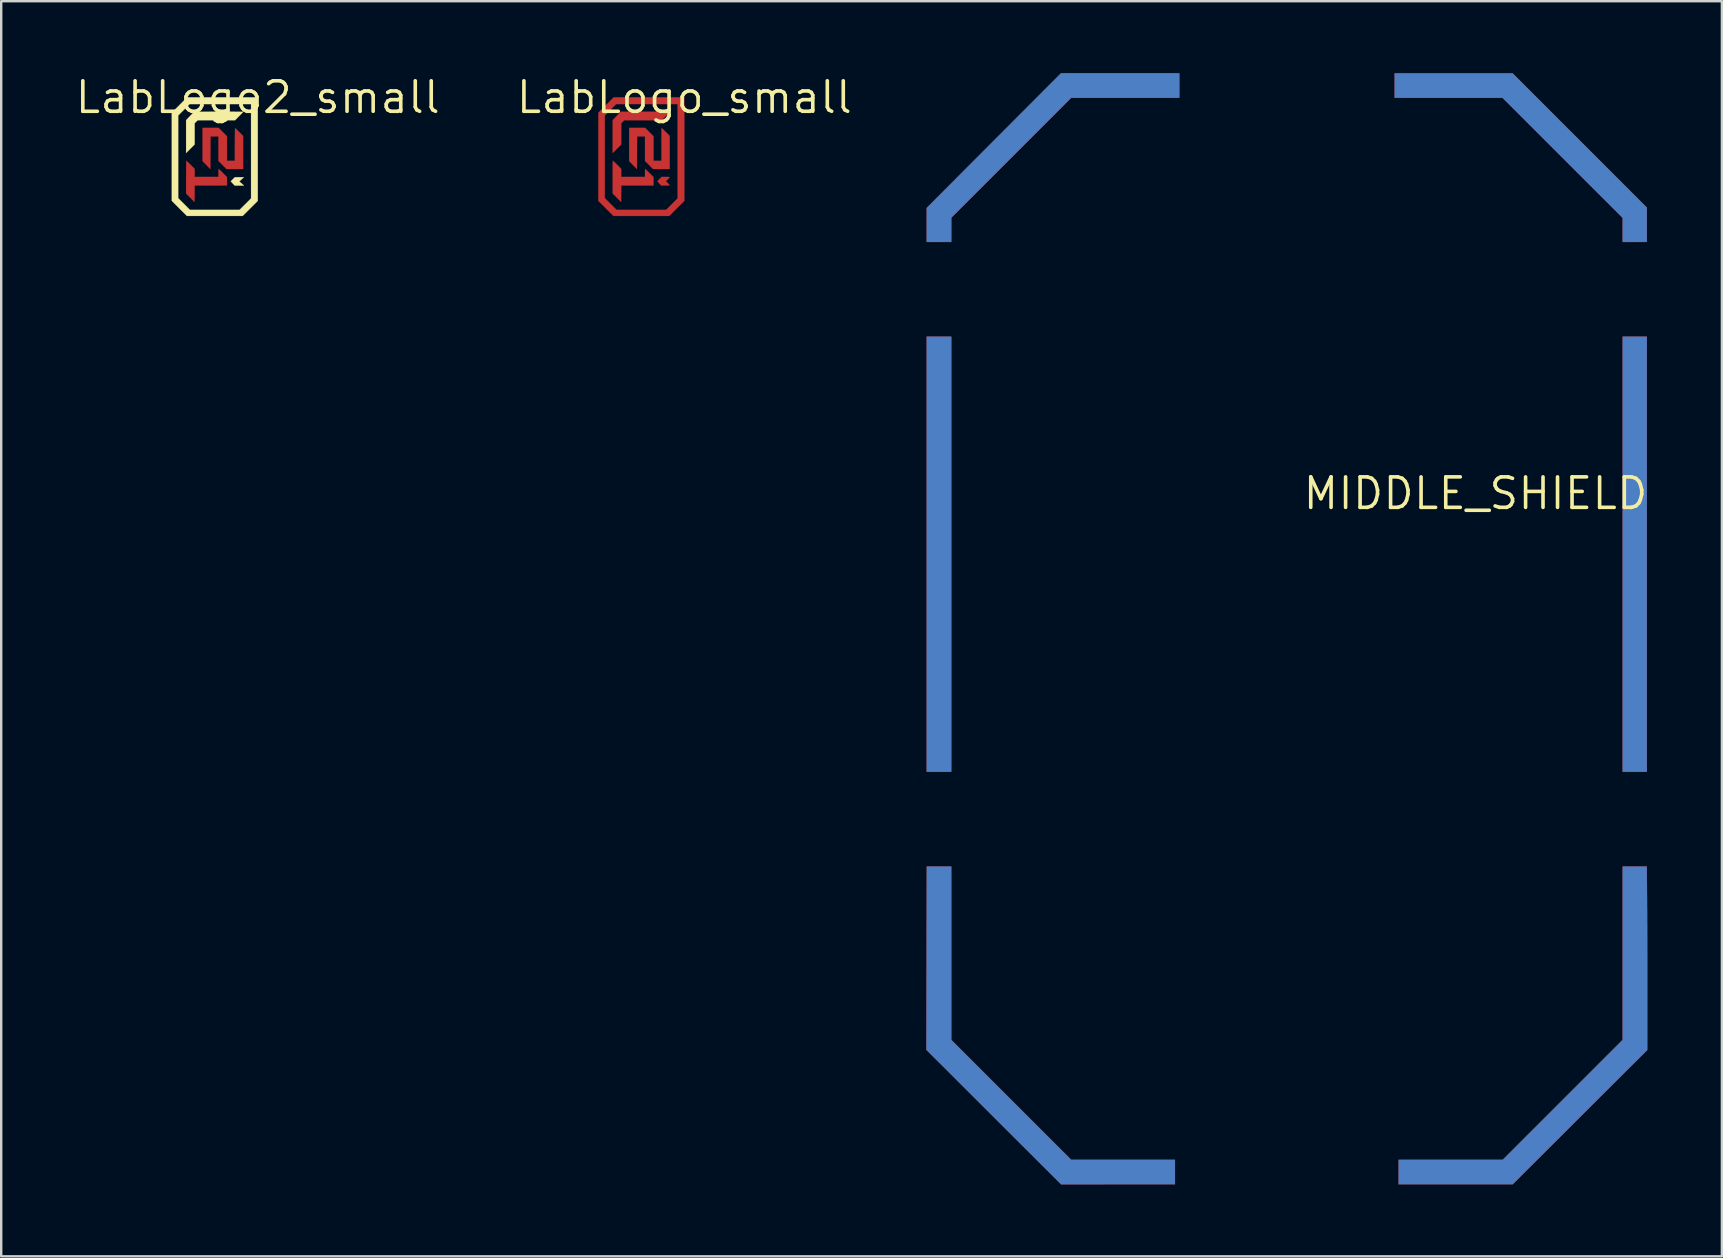
<source format=kicad_pcb>
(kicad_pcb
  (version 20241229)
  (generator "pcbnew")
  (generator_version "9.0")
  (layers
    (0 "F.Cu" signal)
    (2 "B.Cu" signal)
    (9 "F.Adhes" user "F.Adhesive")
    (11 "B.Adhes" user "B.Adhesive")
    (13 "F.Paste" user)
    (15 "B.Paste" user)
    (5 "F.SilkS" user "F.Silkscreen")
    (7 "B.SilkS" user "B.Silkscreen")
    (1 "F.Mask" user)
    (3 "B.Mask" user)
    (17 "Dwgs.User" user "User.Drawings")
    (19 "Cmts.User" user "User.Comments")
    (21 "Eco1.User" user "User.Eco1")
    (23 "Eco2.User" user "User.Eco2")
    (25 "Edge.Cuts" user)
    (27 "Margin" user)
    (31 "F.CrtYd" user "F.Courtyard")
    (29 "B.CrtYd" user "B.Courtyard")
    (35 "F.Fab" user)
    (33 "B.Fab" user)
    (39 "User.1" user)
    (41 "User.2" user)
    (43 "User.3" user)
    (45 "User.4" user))
  (footprint "LabLogo_small"
    (layer "F.Cu")
    (at 25.459 1.006)
    (property "Reference" "LabLogo_small" (at 0 0 0) (layer "F.SilkS") (effects (font (size 1.27 1.27) (thickness 0.15))))
    (attr through_hole)
    (fp_poly (pts (xy 0 4.312) (xy -0.314 4.626) (xy -0.629 4.94) (xy -2.953 4.94) (xy -3.267 4.626) (xy -3.581 4.311) (xy -3.581 2.476) (xy -3.581 0.755) (xy -3.315 0.755) (xy -3.315 4.197) (xy -3.07 4.442) (xy -2.826 4.686) (xy -0.756 4.686) (xy -0.518 4.448) (xy -0.279 4.21) (xy -0.279 0.279) (xy -2.838 0.279) (xy -3.076 0.517) (xy -3.315 0.755) (xy -3.581 0.755) (xy -3.581 0.641) (xy -2.942 0) (xy 0 0) (xy 0 4.312)) (stroke (width 0.01) (type solid)) (fill yes) (layer "F.Cu"))
    (fp_poly (pts (xy -1.47 0.597) (xy -1.319 0.598) (xy -1.178 0.598) (xy -1.048 0.599) (xy -0.931 0.6) (xy -0.829 0.601) (xy -0.745 0.602) (xy -0.679 0.603) (xy -0.634 0.605) (xy -0.612 0.606) (xy -0.61 0.607) (xy -0.618 0.618) (xy -0.642 0.645) (xy -0.678 0.683) (xy -0.724 0.73) (xy -0.777 0.784) (xy -0.778 0.784) (xy -0.946 0.953) (xy -2.499 0.953) (xy -2.564 1.013) (xy -2.629 1.074) (xy -2.629 1.962) (xy -2.807 2.14) (xy -2.985 2.317) (xy -2.985 0.95) (xy -2.648 0.598) (xy -1.629 0.597) (xy -1.47 0.597)) (stroke (width 0.01) (type solid)) (fill yes) (layer "F.Cu"))
    (fp_poly (pts (xy -1.283 1.62) (xy -1.283 2.642) (xy -0.953 2.642) (xy -0.953 1.962) (xy -0.952 1.833) (xy -0.952 1.713) (xy -0.951 1.602) (xy -0.95 1.504) (xy -0.949 1.422) (xy -0.947 1.356) (xy -0.946 1.31) (xy -0.944 1.286) (xy -0.943 1.283) (xy -0.931 1.291) (xy -0.905 1.315) (xy -0.866 1.351) (xy -0.82 1.397) (xy -0.771 1.445) (xy -0.61 1.607) (xy -0.61 2.985) (xy -1.301 2.985) (xy -1.638 2.648) (xy -1.638 1.626) (xy -1.968 1.626) (xy -1.972 2.306) (xy -1.975 2.987) (xy -2.137 2.821) (xy -2.299 2.655) (xy -2.299 1.27) (xy -1.632 1.27) (xy -1.283 1.62)) (stroke (width 0.01) (type solid)) (fill yes) (layer "F.Cu"))
    (fp_poly (pts (xy -0.716 3.315) (xy -0.664 3.317) (xy -0.627 3.32) (xy -0.61 3.323) (xy -0.61 3.324) (xy -0.618 3.336) (xy -0.64 3.362) (xy -0.673 3.396) (xy -0.689 3.413) (xy -0.768 3.493) (xy -0.689 3.572) (xy -0.653 3.609) (xy -0.626 3.639) (xy -0.611 3.658) (xy -0.61 3.661) (xy -0.622 3.664) (xy -0.654 3.667) (xy -0.703 3.669) (xy -0.764 3.67) (xy -0.785 3.67) (xy -0.96 3.67) (xy -1.039 3.591) (xy -1.074 3.554) (xy -1.101 3.522) (xy -1.116 3.502) (xy -1.118 3.498) (xy -1.109 3.484) (xy -1.086 3.457) (xy -1.053 3.422) (xy -1.032 3.4) (xy -0.946 3.315) (xy -0.778 3.315) (xy -0.716 3.315)) (stroke (width 0.01) (type solid)) (fill yes) (layer "F.Cu"))
    (fp_poly (pts (xy -2.964 2.65) (xy -2.937 2.674) (xy -2.899 2.71) (xy -2.851 2.756) (xy -2.798 2.809) (xy -2.797 2.81) (xy -2.629 2.978) (xy -2.629 3.315) (xy -1.638 3.315) (xy -1.638 3.15) (xy -1.638 3.088) (xy -1.636 3.037) (xy -1.633 3.001) (xy -1.629 2.985) (xy -1.629 2.985) (xy -1.617 2.993) (xy -1.591 3.017) (xy -1.552 3.053) (xy -1.505 3.099) (xy -1.452 3.152) (xy -1.451 3.153) (xy -1.283 3.321) (xy -1.283 3.67) (xy -2.628 3.67) (xy -2.632 4.013) (xy -2.635 4.356) (xy -2.985 4.007) (xy -2.985 3.324) (xy -2.984 3.195) (xy -2.984 3.074) (xy -2.983 2.963) (xy -2.982 2.865) (xy -2.981 2.782) (xy -2.979 2.716) (xy -2.978 2.669) (xy -2.976 2.645) (xy -2.975 2.642) (xy -2.964 2.65)) (stroke (width 0.01) (type solid)) (fill yes) (layer "F.Cu"))
    (fp_poly (pts (xy 0 4.312) (xy -0.314 4.626) (xy -0.629 4.94) (xy -2.953 4.94) (xy -3.267 4.626) (xy -3.581 4.311) (xy -3.581 2.476) (xy -3.581 0.755) (xy -3.315 0.755) (xy -3.315 4.197) (xy -3.07 4.442) (xy -2.826 4.686) (xy -0.756 4.686) (xy -0.518 4.448) (xy -0.279 4.21) (xy -0.279 0.279) (xy -2.838 0.279) (xy -3.076 0.517) (xy -3.315 0.755) (xy -3.581 0.755) (xy -3.581 0.641) (xy -2.942 0) (xy 0 0) (xy 0 4.312)) (stroke (width 0.01) (type solid)) (fill yes) (layer "F.Mask"))
    (fp_poly (pts (xy -1.47 0.597) (xy -1.319 0.598) (xy -1.178 0.598) (xy -1.048 0.599) (xy -0.931 0.6) (xy -0.829 0.601) (xy -0.745 0.602) (xy -0.679 0.603) (xy -0.634 0.605) (xy -0.612 0.606) (xy -0.61 0.607) (xy -0.618 0.618) (xy -0.642 0.645) (xy -0.678 0.683) (xy -0.724 0.73) (xy -0.777 0.784) (xy -0.778 0.784) (xy -0.946 0.953) (xy -2.499 0.953) (xy -2.564 1.013) (xy -2.629 1.074) (xy -2.629 1.962) (xy -2.807 2.14) (xy -2.985 2.317) (xy -2.985 0.95) (xy -2.648 0.598) (xy -1.629 0.597) (xy -1.47 0.597)) (stroke (width 0.01) (type solid)) (fill yes) (layer "F.Mask"))
    (fp_poly (pts (xy -1.283 1.62) (xy -1.283 2.642) (xy -0.953 2.642) (xy -0.953 1.962) (xy -0.952 1.833) (xy -0.952 1.713) (xy -0.951 1.602) (xy -0.95 1.504) (xy -0.949 1.422) (xy -0.947 1.356) (xy -0.946 1.31) (xy -0.944 1.286) (xy -0.943 1.283) (xy -0.931 1.291) (xy -0.905 1.315) (xy -0.866 1.351) (xy -0.82 1.397) (xy -0.771 1.445) (xy -0.61 1.607) (xy -0.61 2.985) (xy -1.301 2.985) (xy -1.638 2.648) (xy -1.638 1.626) (xy -1.968 1.626) (xy -1.972 2.306) (xy -1.975 2.987) (xy -2.137 2.821) (xy -2.299 2.655) (xy -2.299 1.27) (xy -1.632 1.27) (xy -1.283 1.62)) (stroke (width 0.01) (type solid)) (fill yes) (layer "F.Mask"))
    (fp_poly (pts (xy -0.716 3.315) (xy -0.664 3.317) (xy -0.627 3.32) (xy -0.61 3.323) (xy -0.61 3.324) (xy -0.618 3.336) (xy -0.64 3.362) (xy -0.673 3.396) (xy -0.689 3.413) (xy -0.768 3.493) (xy -0.689 3.572) (xy -0.653 3.609) (xy -0.626 3.639) (xy -0.611 3.658) (xy -0.61 3.661) (xy -0.622 3.664) (xy -0.654 3.667) (xy -0.703 3.669) (xy -0.764 3.67) (xy -0.785 3.67) (xy -0.96 3.67) (xy -1.039 3.591) (xy -1.074 3.554) (xy -1.101 3.522) (xy -1.116 3.502) (xy -1.118 3.498) (xy -1.109 3.484) (xy -1.086 3.457) (xy -1.053 3.422) (xy -1.032 3.4) (xy -0.946 3.315) (xy -0.778 3.315) (xy -0.716 3.315)) (stroke (width 0.01) (type solid)) (fill yes) (layer "F.Mask"))
    (fp_poly (pts (xy -2.964 2.65) (xy -2.937 2.674) (xy -2.899 2.71) (xy -2.851 2.756) (xy -2.798 2.809) (xy -2.797 2.81) (xy -2.629 2.978) (xy -2.629 3.315) (xy -1.638 3.315) (xy -1.638 3.15) (xy -1.638 3.088) (xy -1.636 3.037) (xy -1.633 3.001) (xy -1.629 2.985) (xy -1.629 2.985) (xy -1.617 2.993) (xy -1.591 3.017) (xy -1.552 3.053) (xy -1.505 3.099) (xy -1.452 3.152) (xy -1.451 3.153) (xy -1.283 3.321) (xy -1.283 3.67) (xy -2.628 3.67) (xy -2.632 4.013) (xy -2.635 4.356) (xy -2.985 4.007) (xy -2.985 3.324) (xy -2.984 3.195) (xy -2.984 3.074) (xy -2.983 2.963) (xy -2.982 2.865) (xy -2.981 2.782) (xy -2.979 2.716) (xy -2.978 2.669) (xy -2.976 2.645) (xy -2.975 2.642) (xy -2.964 2.65)) (stroke (width 0.01) (type solid)) (fill yes) (layer "F.Mask")))
  (footprint "LabLogo2_small"
    (layer "F.Cu")
    (at 7.688 1.006)
    (property "Reference" "LabLogo2_small" (at 0 0 0) (layer "F.SilkS") (effects (font (size 1.27 1.27) (thickness 0.15))))
    (attr through_hole)
    (fp_poly (pts (xy -1.283 1.62) (xy -1.283 2.642) (xy -0.953 2.642) (xy -0.953 1.962) (xy -0.952 1.833) (xy -0.952 1.713) (xy -0.951 1.602) (xy -0.95 1.504) (xy -0.949 1.422) (xy -0.947 1.356) (xy -0.946 1.31) (xy -0.944 1.286) (xy -0.943 1.283) (xy -0.931 1.291) (xy -0.905 1.315) (xy -0.866 1.351) (xy -0.82 1.397) (xy -0.771 1.445) (xy -0.61 1.607) (xy -0.61 2.985) (xy -1.301 2.985) (xy -1.638 2.648) (xy -1.638 1.626) (xy -1.968 1.626) (xy -1.972 2.306) (xy -1.975 2.987) (xy -2.137 2.821) (xy -2.299 2.655) (xy -2.299 1.27) (xy -1.632 1.27) (xy -1.283 1.62)) (stroke (width 0.01) (type solid)) (fill yes) (layer "F.Cu"))
    (fp_poly (pts (xy -2.964 2.65) (xy -2.937 2.674) (xy -2.899 2.71) (xy -2.851 2.756) (xy -2.798 2.809) (xy -2.797 2.81) (xy -2.629 2.978) (xy -2.629 3.315) (xy -1.638 3.315) (xy -1.638 3.15) (xy -1.638 3.088) (xy -1.636 3.037) (xy -1.633 3.001) (xy -1.629 2.985) (xy -1.629 2.985) (xy -1.617 2.993) (xy -1.591 3.017) (xy -1.552 3.053) (xy -1.505 3.099) (xy -1.452 3.152) (xy -1.451 3.153) (xy -1.283 3.321) (xy -1.283 3.67) (xy -2.628 3.67) (xy -2.632 4.013) (xy -2.635 4.356) (xy -2.985 4.007) (xy -2.985 3.324) (xy -2.984 3.195) (xy -2.984 3.074) (xy -2.983 2.963) (xy -2.982 2.865) (xy -2.981 2.782) (xy -2.979 2.716) (xy -2.978 2.669) (xy -2.976 2.645) (xy -2.975 2.642) (xy -2.964 2.65)) (stroke (width 0.01) (type solid)) (fill yes) (layer "F.Cu"))
    (fp_poly (pts (xy -1.283 1.62) (xy -1.283 2.642) (xy -0.953 2.642) (xy -0.953 1.962) (xy -0.952 1.833) (xy -0.952 1.713) (xy -0.951 1.602) (xy -0.95 1.504) (xy -0.949 1.422) (xy -0.947 1.356) (xy -0.946 1.31) (xy -0.944 1.286) (xy -0.943 1.283) (xy -0.931 1.291) (xy -0.905 1.315) (xy -0.866 1.351) (xy -0.82 1.397) (xy -0.771 1.445) (xy -0.61 1.607) (xy -0.61 2.985) (xy -1.301 2.985) (xy -1.638 2.648) (xy -1.638 1.626) (xy -1.968 1.626) (xy -1.972 2.306) (xy -1.975 2.987) (xy -2.137 2.821) (xy -2.299 2.655) (xy -2.299 1.27) (xy -1.632 1.27) (xy -1.283 1.62)) (stroke (width 0.01) (type solid)) (fill yes) (layer "F.Mask"))
    (fp_poly (pts (xy -2.964 2.65) (xy -2.937 2.674) (xy -2.899 2.71) (xy -2.851 2.756) (xy -2.798 2.809) (xy -2.797 2.81) (xy -2.629 2.978) (xy -2.629 3.315) (xy -1.638 3.315) (xy -1.638 3.15) (xy -1.638 3.088) (xy -1.636 3.037) (xy -1.633 3.001) (xy -1.629 2.985) (xy -1.629 2.985) (xy -1.617 2.993) (xy -1.591 3.017) (xy -1.552 3.053) (xy -1.505 3.099) (xy -1.452 3.152) (xy -1.451 3.153) (xy -1.283 3.321) (xy -1.283 3.67) (xy -2.628 3.67) (xy -2.632 4.013) (xy -2.635 4.356) (xy -2.985 4.007) (xy -2.985 3.324) (xy -2.984 3.195) (xy -2.984 3.074) (xy -2.983 2.963) (xy -2.982 2.865) (xy -2.981 2.782) (xy -2.979 2.716) (xy -2.978 2.669) (xy -2.976 2.645) (xy -2.975 2.642) (xy -2.964 2.65)) (stroke (width 0.01) (type solid)) (fill yes) (layer "F.Mask"))
    (fp_poly (pts (xy -0.575 3.325) (xy -0.768 3.5) (xy -0.575 3.675) (xy -0.96 3.675) (xy -1.125 3.498) (xy -0.95 3.325)) (stroke (width 0.01) (type solid)) (fill yes) (layer "F.SilkS"))
    (fp_poly (pts (xy 0 4.312) (xy -0.314 4.626) (xy -0.629 4.94) (xy -2.953 4.94) (xy -3.267 4.626) (xy -3.581 4.311) (xy -3.581 2.476) (xy -3.581 0.755) (xy -3.315 0.755) (xy -3.315 4.197) (xy -3.07 4.442) (xy -2.826 4.686) (xy -0.756 4.686) (xy -0.518 4.448) (xy -0.279 4.21) (xy -0.279 0.279) (xy -2.838 0.279) (xy -3.076 0.517) (xy -3.315 0.755) (xy -3.581 0.755) (xy -3.581 0.641) (xy -2.942 0) (xy 0 0) (xy 0 4.312)) (stroke (width 0.01) (type solid)) (fill yes) (layer "F.SilkS"))
    (fp_poly (pts (xy -1.47 0.597) (xy -1.319 0.598) (xy -1.178 0.598) (xy -1.048 0.599) (xy -0.931 0.6) (xy -0.829 0.601) (xy -0.745 0.602) (xy -0.679 0.603) (xy -0.634 0.605) (xy -0.612 0.606) (xy -0.61 0.607) (xy -0.618 0.618) (xy -0.642 0.645) (xy -0.678 0.683) (xy -0.724 0.73) (xy -0.777 0.784) (xy -0.778 0.784) (xy -0.946 0.953) (xy -2.499 0.953) (xy -2.564 1.013) (xy -2.629 1.074) (xy -2.629 1.962) (xy -2.807 2.14) (xy -2.985 2.317) (xy -2.985 0.95) (xy -2.648 0.598) (xy -1.629 0.597) (xy -1.47 0.597)) (stroke (width 0.01) (type solid)) (fill yes) (layer "F.SilkS")))
  (footprint "MIDDLE_SHIELD"
    (layer "F.Cu")
    (at 58.42 17.507)
    (property "Reference" "MIDDLE_SHIELD" (at 0 0 0) (layer "F.SilkS") (effects (font (size 1.27 1.27) (thickness 0.15))))
    (attr through_hole)
    (fp_poly (pts (xy -21.844 11.595) (xy -22.86 11.595) (xy -22.86 -6.528) (xy -21.844 -6.528) (xy -21.844 11.595)) (stroke (width 0.01) (type solid)) (fill yes) (layer "F.Cu"))
    (fp_poly (pts (xy 7.137 11.595) (xy 6.134 11.595) (xy 6.134 -6.528) (xy 7.137 -6.528) (xy 7.137 11.595)) (stroke (width 0.01) (type solid)) (fill yes) (layer "F.Cu"))
    (fp_poly (pts (xy 4.34 -14.703) (xy 7.137 -11.906) (xy 7.137 -10.477) (xy 6.134 -10.477) (xy 6.134 -11.479) (xy 1.126 -16.485) (xy -3.365 -16.485) (xy -3.365 -17.501) (xy 1.543 -17.501) (xy 4.34 -14.703)) (stroke (width 0.01) (type solid)) (fill yes) (layer "F.Cu"))
    (fp_poly (pts (xy -21.844 22.765) (xy -16.847 27.762) (xy -12.522 27.762) (xy -12.522 28.778) (xy -14.894 28.778) (xy -17.266 28.777) (xy -22.873 23.179) (xy -22.865 19.362) (xy -22.856 15.545) (xy -21.844 15.545) (xy -21.844 22.765)) (stroke (width 0.01) (type solid)) (fill yes) (layer "F.Cu"))
    (fp_poly (pts (xy -12.344 -17.501) (xy -12.344 -16.485) (xy -16.847 -16.485) (xy -19.345 -13.986) (xy -21.844 -11.487) (xy -21.844 -10.477) (xy -22.86 -10.477) (xy -22.86 -11.186) (xy -22.859 -11.894) (xy -20.063 -14.698) (xy -17.266 -17.502) (xy -12.344 -17.501)) (stroke (width 0.01) (type solid)) (fill yes) (layer "F.Cu"))
    (fp_poly (pts (xy 7.142 16.404) (xy 7.142 16.499) (xy 7.143 16.618) (xy 7.144 16.759) (xy 7.145 16.921) (xy 7.145 17.102) (xy 7.146 17.3) (xy 7.147 17.514) (xy 7.147 17.742) (xy 7.148 17.984) (xy 7.148 18.236) (xy 7.149 18.497) (xy 7.149 18.767) (xy 7.149 19.043) (xy 7.15 19.324) (xy 7.15 19.608) (xy 7.15 19.894) (xy 7.15 20.179) (xy 7.15 20.226) (xy 7.15 23.188) (xy 4.347 25.983) (xy 1.545 28.778) (xy -3.2 28.778) (xy -3.2 27.762) (xy 1.137 27.762) (xy 3.635 25.263) (xy 6.134 22.765) (xy 6.134 15.545) (xy 7.133 15.545) (xy 7.142 16.404)) (stroke (width 0.01) (type solid)) (fill yes) (layer "F.Cu"))
    (fp_poly (pts (xy -21.844 11.595) (xy -22.86 11.595) (xy -22.86 -6.528) (xy -21.844 -6.528) (xy -21.844 11.595)) (stroke (width 0.01) (type solid)) (fill yes) (layer "F.Mask"))
    (fp_poly (pts (xy 7.137 11.595) (xy 6.134 11.595) (xy 6.134 -6.528) (xy 7.137 -6.528) (xy 7.137 11.595)) (stroke (width 0.01) (type solid)) (fill yes) (layer "F.Mask"))
    (fp_poly (pts (xy 4.34 -14.703) (xy 7.137 -11.906) (xy 7.137 -10.477) (xy 6.134 -10.477) (xy 6.134 -11.479) (xy 1.126 -16.485) (xy -3.365 -16.485) (xy -3.365 -17.501) (xy 1.543 -17.501) (xy 4.34 -14.703)) (stroke (width 0.01) (type solid)) (fill yes) (layer "F.Mask"))
    (fp_poly (pts (xy -21.844 22.765) (xy -16.847 27.762) (xy -12.522 27.762) (xy -12.522 28.778) (xy -14.894 28.778) (xy -17.266 28.777) (xy -22.873 23.179) (xy -22.865 19.362) (xy -22.856 15.545) (xy -21.844 15.545) (xy -21.844 22.765)) (stroke (width 0.01) (type solid)) (fill yes) (layer "F.Mask"))
    (fp_poly (pts (xy -12.344 -17.501) (xy -12.344 -16.485) (xy -16.847 -16.485) (xy -19.345 -13.986) (xy -21.844 -11.487) (xy -21.844 -10.477) (xy -22.86 -10.477) (xy -22.86 -11.186) (xy -22.859 -11.894) (xy -20.063 -14.698) (xy -17.266 -17.502) (xy -12.344 -17.501)) (stroke (width 0.01) (type solid)) (fill yes) (layer "F.Mask"))
    (fp_poly (pts (xy 7.142 16.404) (xy 7.142 16.499) (xy 7.143 16.618) (xy 7.144 16.759) (xy 7.145 16.921) (xy 7.145 17.102) (xy 7.146 17.3) (xy 7.147 17.514) (xy 7.147 17.742) (xy 7.148 17.984) (xy 7.148 18.236) (xy 7.149 18.497) (xy 7.149 18.767) (xy 7.149 19.043) (xy 7.15 19.324) (xy 7.15 19.608) (xy 7.15 19.894) (xy 7.15 20.179) (xy 7.15 20.226) (xy 7.15 23.188) (xy 4.347 25.983) (xy 1.545 28.778) (xy -3.2 28.778) (xy -3.2 27.762) (xy 1.137 27.762) (xy 3.635 25.263) (xy 6.134 22.765) (xy 6.134 15.545) (xy 7.133 15.545) (xy 7.142 16.404)) (stroke (width 0.01) (type solid)) (fill yes) (layer "F.Mask"))
    (fp_poly (pts (xy -21.844 11.595) (xy -22.86 11.595) (xy -22.86 -6.528) (xy -21.844 -6.528) (xy -21.844 11.595)) (stroke (width 0.01) (type solid)) (fill yes) (layer "B.Cu"))
    (fp_poly (pts (xy 7.137 11.595) (xy 6.134 11.595) (xy 6.134 -6.528) (xy 7.137 -6.528) (xy 7.137 11.595)) (stroke (width 0.01) (type solid)) (fill yes) (layer "B.Cu"))
    (fp_poly (pts (xy 4.34 -14.703) (xy 7.137 -11.906) (xy 7.137 -10.477) (xy 6.134 -10.477) (xy 6.134 -11.479) (xy 1.126 -16.485) (xy -3.365 -16.485) (xy -3.365 -17.501) (xy 1.543 -17.501) (xy 4.34 -14.703)) (stroke (width 0.01) (type solid)) (fill yes) (layer "B.Cu"))
    (fp_poly (pts (xy -21.844 22.765) (xy -16.847 27.762) (xy -12.522 27.762) (xy -12.522 28.778) (xy -14.894 28.778) (xy -17.266 28.777) (xy -22.873 23.179) (xy -22.865 19.362) (xy -22.856 15.545) (xy -21.844 15.545) (xy -21.844 22.765)) (stroke (width 0.01) (type solid)) (fill yes) (layer "B.Cu"))
    (fp_poly (pts (xy -12.344 -17.501) (xy -12.344 -16.485) (xy -16.847 -16.485) (xy -19.345 -13.986) (xy -21.844 -11.487) (xy -21.844 -10.477) (xy -22.86 -10.477) (xy -22.86 -11.186) (xy -22.859 -11.894) (xy -20.063 -14.698) (xy -17.266 -17.502) (xy -12.344 -17.501)) (stroke (width 0.01) (type solid)) (fill yes) (layer "B.Cu"))
    (fp_poly (pts (xy 7.142 16.404) (xy 7.142 16.499) (xy 7.143 16.618) (xy 7.144 16.759) (xy 7.145 16.921) (xy 7.145 17.102) (xy 7.146 17.3) (xy 7.147 17.514) (xy 7.147 17.742) (xy 7.148 17.984) (xy 7.148 18.236) (xy 7.149 18.497) (xy 7.149 18.767) (xy 7.149 19.043) (xy 7.15 19.324) (xy 7.15 19.608) (xy 7.15 19.894) (xy 7.15 20.179) (xy 7.15 20.226) (xy 7.15 23.188) (xy 4.347 25.983) (xy 1.545 28.778) (xy -3.2 28.778) (xy -3.2 27.762) (xy 1.137 27.762) (xy 3.635 25.263) (xy 6.134 22.765) (xy 6.134 15.545) (xy 7.133 15.545) (xy 7.142 16.404)) (stroke (width 0.01) (type solid)) (fill yes) (layer "B.Cu"))
    (fp_poly (pts (xy -21.844 11.595) (xy -22.86 11.595) (xy -22.86 -6.528) (xy -21.844 -6.528) (xy -21.844 11.595)) (stroke (width 0.01) (type solid)) (fill yes) (layer "B.Mask"))
    (fp_poly (pts (xy 7.137 11.595) (xy 6.134 11.595) (xy 6.134 -6.528) (xy 7.137 -6.528) (xy 7.137 11.595)) (stroke (width 0.01) (type solid)) (fill yes) (layer "B.Mask"))
    (fp_poly (pts (xy 4.34 -14.703) (xy 7.137 -11.906) (xy 7.137 -10.477) (xy 6.134 -10.477) (xy 6.134 -11.479) (xy 1.126 -16.485) (xy -3.365 -16.485) (xy -3.365 -17.501) (xy 1.543 -17.501) (xy 4.34 -14.703)) (stroke (width 0.01) (type solid)) (fill yes) (layer "B.Mask"))
    (fp_poly (pts (xy -21.844 22.765) (xy -16.847 27.762) (xy -12.522 27.762) (xy -12.522 28.778) (xy -14.894 28.778) (xy -17.266 28.777) (xy -22.873 23.179) (xy -22.865 19.362) (xy -22.856 15.545) (xy -21.844 15.545) (xy -21.844 22.765)) (stroke (width 0.01) (type solid)) (fill yes) (layer "B.Mask"))
    (fp_poly (pts (xy -12.344 -17.501) (xy -12.344 -16.485) (xy -16.847 -16.485) (xy -19.345 -13.986) (xy -21.844 -11.487) (xy -21.844 -10.477) (xy -22.86 -10.477) (xy -22.86 -11.186) (xy -22.859 -11.894) (xy -20.063 -14.698) (xy -17.266 -17.502) (xy -12.344 -17.501)) (stroke (width 0.01) (type solid)) (fill yes) (layer "B.Mask"))
    (fp_poly (pts (xy 7.142 16.404) (xy 7.142 16.499) (xy 7.143 16.618) (xy 7.144 16.759) (xy 7.145 16.921) (xy 7.145 17.102) (xy 7.146 17.3) (xy 7.147 17.514) (xy 7.147 17.742) (xy 7.148 17.984) (xy 7.148 18.236) (xy 7.149 18.497) (xy 7.149 18.767) (xy 7.149 19.043) (xy 7.15 19.324) (xy 7.15 19.608) (xy 7.15 19.894) (xy 7.15 20.179) (xy 7.15 20.226) (xy 7.15 23.188) (xy 4.347 25.983) (xy 1.545 28.778) (xy -3.2 28.778) (xy -3.2 27.762) (xy 1.137 27.762) (xy 3.635 25.263) (xy 6.134 22.765) (xy 6.134 15.545) (xy 7.133 15.545) (xy 7.142 16.404)) (stroke (width 0.01) (type solid)) (fill yes) (layer "B.Mask")))
  (gr_rect
    (start -3 -3)
    (end 68.684 49.29)
    (stroke (width 0.1) (type default))
    (fill no)
    (layer "Edge.Cuts")))
</source>
